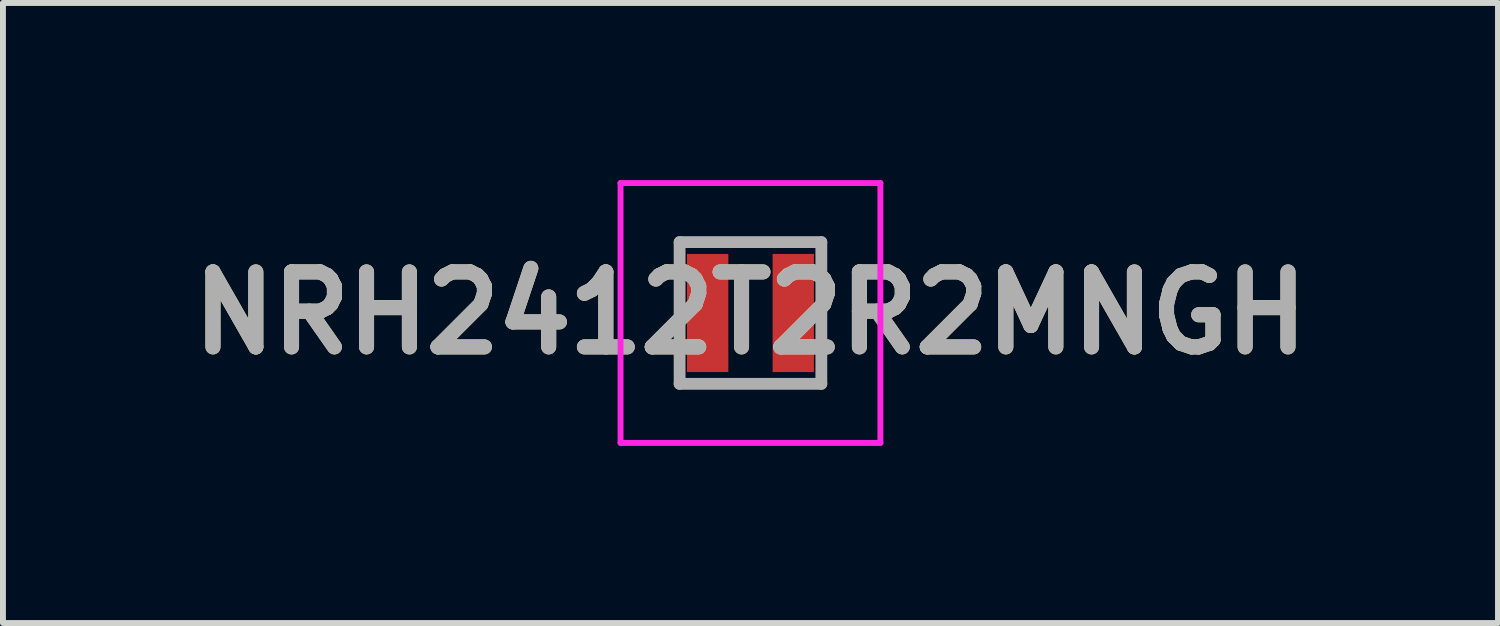
<source format=kicad_pcb>
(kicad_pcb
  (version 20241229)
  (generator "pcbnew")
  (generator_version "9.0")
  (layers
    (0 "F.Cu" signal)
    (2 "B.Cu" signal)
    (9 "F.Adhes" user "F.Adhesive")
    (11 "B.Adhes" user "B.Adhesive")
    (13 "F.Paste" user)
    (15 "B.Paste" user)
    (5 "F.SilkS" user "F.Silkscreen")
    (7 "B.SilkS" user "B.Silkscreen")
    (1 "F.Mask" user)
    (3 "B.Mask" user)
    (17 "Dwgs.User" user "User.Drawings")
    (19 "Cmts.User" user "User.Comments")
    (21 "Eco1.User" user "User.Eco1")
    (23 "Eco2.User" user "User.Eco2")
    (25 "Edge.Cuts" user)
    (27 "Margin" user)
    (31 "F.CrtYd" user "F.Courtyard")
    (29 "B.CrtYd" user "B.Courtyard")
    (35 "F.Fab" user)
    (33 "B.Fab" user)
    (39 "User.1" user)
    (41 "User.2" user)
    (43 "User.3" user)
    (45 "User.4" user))
  (footprint "NRH2412T2R2MNGH"
    (layer "F.Cu")
    (at 9.658 2.25)
    (property "Reference" "NRH2412T2R2MNGH" (at 0 0 0) (layer "F.SilkS") (effects (font (size 1.27 1.27) (thickness 0.254))))
    (attr smd)
    (fp_line (start -1.2 -1.2) (end 1.2 -1.2) (stroke (width 0.1) (type solid)) (layer "F.SilkS"))
    (fp_line (start -1.2 1.2) (end -1.2 -1.2) (stroke (width 0.1) (type solid)) (layer "F.SilkS"))
    (fp_line (start 1.2 -1.2) (end 1.2 1.2) (stroke (width 0.1) (type solid)) (layer "F.SilkS"))
    (fp_line (start 1.2 1.2) (end -1.2 1.2) (stroke (width 0.1) (type solid)) (layer "F.SilkS"))
    (fp_line (start -2.2 -2.2) (end 2.2 -2.2) (stroke (width 0.1) (type solid)) (layer "F.CrtYd"))
    (fp_line (start -2.2 2.2) (end -2.2 -2.2) (stroke (width 0.1) (type solid)) (layer "F.CrtYd"))
    (fp_line (start 2.2 -2.2) (end 2.2 2.2) (stroke (width 0.1) (type solid)) (layer "F.CrtYd"))
    (fp_line (start 2.2 2.2) (end -2.2 2.2) (stroke (width 0.1) (type solid)) (layer "F.CrtYd"))
    (fp_line (start -1.2 -1.2) (end 1.2 -1.2) (stroke (width 0.2) (type solid)) (layer "F.Fab"))
    (fp_line (start -1.2 1.2) (end -1.2 -1.2) (stroke (width 0.2) (type solid)) (layer "F.Fab"))
    (fp_line (start 1.2 -1.2) (end 1.2 1.2) (stroke (width 0.2) (type solid)) (layer "F.Fab"))
    (fp_line (start 1.2 1.2) (end -1.2 1.2) (stroke (width 0.2) (type solid)) (layer "F.Fab"))
    (fp_text user "${REFERENCE}" (at 0 0 0) (layer "F.Fab") (effects (font (size 1.27 1.27) (thickness 0.254))))
    (pad "1" smd rect (at -0.725 0) (size 0.7 2) (layers "F.Cu" "F.Mask" "F.Paste"))
    (pad "2" smd rect (at 0.725 0) (size 0.7 2) (layers "F.Cu" "F.Mask" "F.Paste")))
  (gr_rect
    (start -3 -3)
    (end 22.316 7.5)
    (stroke (width 0.1) (type default))
    (fill no)
    (layer "Edge.Cuts")))
</source>
